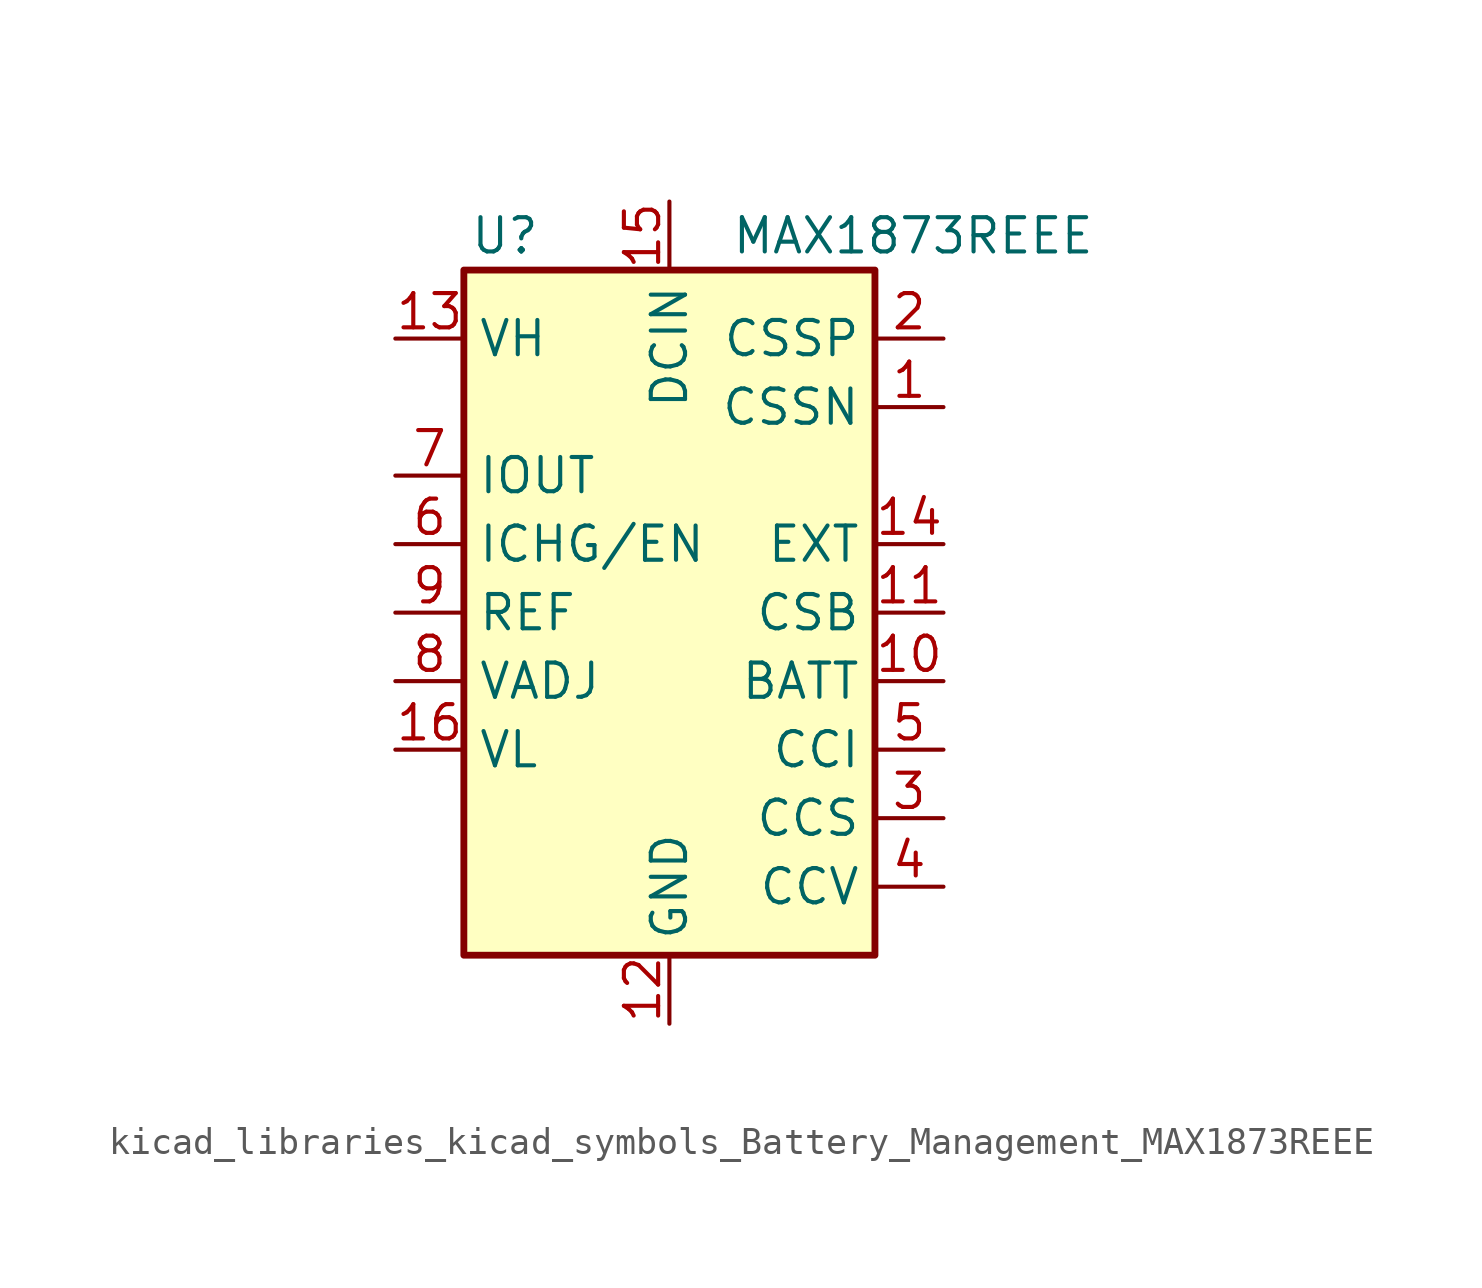
<source format=kicad_sym>
(kicad_symbol_lib
  (version 20220914)
  (generator kicad_symbol_editor)
  (symbol "kicad_libraries_kicad_symbols_Battery_Management_MAX1873REEE"
    (property "Reference" "U"
      (at -6.096 13.97 0)
      (effects (font (size 1.27 1.27))))
    (property "Value" "MAX1873REEE"
      (at 2.286 13.97 0)
      (effects (font (size 1.27 1.27)) (justify left)))
    (symbol "kicad_libraries_kicad_symbols_Battery_Management_MAX1873REEE_0_1"
      (rectangle (start -7.62 12.7) (end 7.62 -12.7) (stroke (width 0.254) (type default)) (fill (type background))))
    (symbol "kicad_libraries_kicad_symbols_Battery_Management_MAX1873REEE_1_1"
      (pin input line (at 10.16 7.62 180) (length 2.54) (name "CSSN" (effects (font (size 1.27 1.27)))) (number "1" (effects (font (size 1.27 1.27)))))
      (pin input line (at 10.16 -2.54 180) (length 2.54) (name "BATT" (effects (font (size 1.27 1.27)))) (number "10" (effects (font (size 1.27 1.27)))))
      (pin input line (at 10.16 0 180) (length 2.54) (name "CSB" (effects (font (size 1.27 1.27)))) (number "11" (effects (font (size 1.27 1.27)))))
      (pin power_in line (at 0 -15.24 90) (length 2.54) (name "GND" (effects (font (size 1.27 1.27)))) (number "12" (effects (font (size 1.27 1.27)))))
      (pin input line (at -10.16 10.16 0) (length 2.54) (name "VH" (effects (font (size 1.27 1.27)))) (number "13" (effects (font (size 1.27 1.27)))))
      (pin output line (at 10.16 2.54 180) (length 2.54) (name "EXT" (effects (font (size 1.27 1.27)))) (number "14" (effects (font (size 1.27 1.27)))))
      (pin power_in line (at 0 15.24 270) (length 2.54) (name "DCIN" (effects (font (size 1.27 1.27)))) (number "15" (effects (font (size 1.27 1.27)))))
      (pin input line (at -10.16 -5.08 0) (length 2.54) (name "VL" (effects (font (size 1.27 1.27)))) (number "16" (effects (font (size 1.27 1.27)))))
      (pin input line (at 10.16 10.16 180) (length 2.54) (name "CSSP" (effects (font (size 1.27 1.27)))) (number "2" (effects (font (size 1.27 1.27)))))
      (pin input line (at 10.16 -7.62 180) (length 2.54) (name "CCS" (effects (font (size 1.27 1.27)))) (number "3" (effects (font (size 1.27 1.27)))))
      (pin input line (at 10.16 -10.16 180) (length 2.54) (name "CCV" (effects (font (size 1.27 1.27)))) (number "4" (effects (font (size 1.27 1.27)))))
      (pin input line (at 10.16 -5.08 180) (length 2.54) (name "CCI" (effects (font (size 1.27 1.27)))) (number "5" (effects (font (size 1.27 1.27)))))
      (pin input line (at -10.16 2.54 0) (length 2.54) (name "ICHG/EN" (effects (font (size 1.27 1.27)))) (number "6" (effects (font (size 1.27 1.27)))))
      (pin output line (at -10.16 5.08 0) (length 2.54) (name "IOUT" (effects (font (size 1.27 1.27)))) (number "7" (effects (font (size 1.27 1.27)))))
      (pin input line (at -10.16 -2.54 0) (length 2.54) (name "VADJ" (effects (font (size 1.27 1.27)))) (number "8" (effects (font (size 1.27 1.27)))))
      (pin output line (at -10.16 0 0) (length 2.54) (name "REF" (effects (font (size 1.27 1.27)))) (number "9" (effects (font (size 1.27 1.27))))))))
</source>
